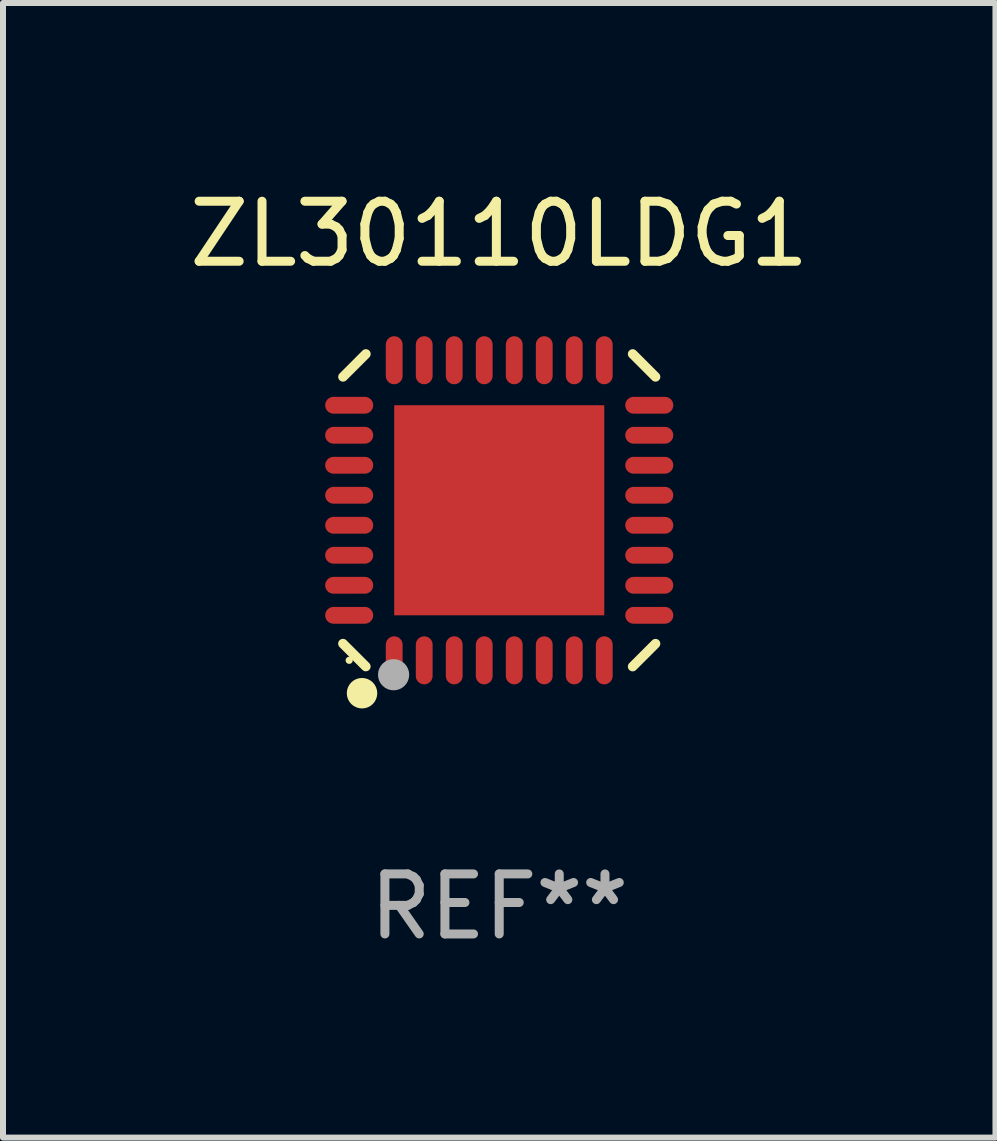
<source format=kicad_pcb>
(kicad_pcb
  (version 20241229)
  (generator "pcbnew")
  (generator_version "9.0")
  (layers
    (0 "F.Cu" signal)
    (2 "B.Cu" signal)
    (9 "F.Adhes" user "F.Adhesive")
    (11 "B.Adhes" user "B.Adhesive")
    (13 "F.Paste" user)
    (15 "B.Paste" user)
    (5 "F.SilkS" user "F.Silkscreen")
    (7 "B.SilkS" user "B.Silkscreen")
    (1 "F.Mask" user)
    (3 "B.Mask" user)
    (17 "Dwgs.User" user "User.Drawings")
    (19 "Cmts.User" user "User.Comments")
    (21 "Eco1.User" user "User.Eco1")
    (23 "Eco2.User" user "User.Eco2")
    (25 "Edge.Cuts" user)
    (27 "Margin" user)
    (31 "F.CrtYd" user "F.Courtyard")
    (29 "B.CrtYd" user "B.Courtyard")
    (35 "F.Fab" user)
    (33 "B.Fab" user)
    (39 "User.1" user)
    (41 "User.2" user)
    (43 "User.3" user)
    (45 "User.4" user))
  (footprint "ZL30110LDG1"
    (layer "F.Cu")
    (at 5.268 5.452)
    (property "Reference" "ZL30110LDG1" (at 0 -4.604 0) (layer "F.SilkS") (effects (font (size 1 1) (thickness 0.15))))
    (attr through_hole)
    (fp_line (start -2.223 2.603) (end -2.604 2.222) (stroke (width 0.16) (type solid)) (layer "F.SilkS"))
    (fp_line (start -2.222 -2.604) (end -2.603 -2.223) (stroke (width 0.16) (type solid)) (layer "F.SilkS"))
    (fp_line (start 2.223 -2.604) (end 2.604 -2.223) (stroke (width 0.16) (type solid)) (layer "F.SilkS"))
    (fp_line (start 2.604 2.223) (end 2.223 2.604) (stroke (width 0.16) (type solid)) (layer "F.SilkS"))
    (fp_circle (center -2.5 2.5) (end -2.47 2.5) (stroke (width 0.06) (type solid)) (fill no) (layer "F.SilkS"))
    (fp_circle (center -2.286 3.048) (end -2.159 3.048) (stroke (width 0.254) (type solid)) (fill no) (layer "F.SilkS"))
    (fp_circle (center -1.76 2.74) (end -1.63 2.74) (stroke (width 0.26) (type solid)) (fill no) (layer "F.Fab"))
    (fp_text user "REF**" (at 0 6.604 0) (layer "F.Fab") (effects (font (size 1 1) (thickness 0.15))))
    (pad "1" smd oval (at -1.75 2.5) (size 0.28 0.8) (layers "F.Cu" "F.Mask" "F.Paste"))
    (pad "2" smd oval (at -1.25 2.5) (size 0.28 0.8) (layers "F.Cu" "F.Mask" "F.Paste"))
    (pad "3" smd oval (at -0.75 2.5) (size 0.28 0.8) (layers "F.Cu" "F.Mask" "F.Paste"))
    (pad "4" smd oval (at -0.25 2.5) (size 0.28 0.8) (layers "F.Cu" "F.Mask" "F.Paste"))
    (pad "5" smd oval (at 0.25 2.5) (size 0.28 0.8) (layers "F.Cu" "F.Mask" "F.Paste"))
    (pad "6" smd oval (at 0.75 2.5) (size 0.28 0.8) (layers "F.Cu" "F.Mask" "F.Paste"))
    (pad "7" smd oval (at 1.25 2.5) (size 0.28 0.8) (layers "F.Cu" "F.Mask" "F.Paste"))
    (pad "8" smd oval (at 1.75 2.5) (size 0.28 0.8) (layers "F.Cu" "F.Mask" "F.Paste"))
    (pad "9" smd oval (at 2.5 1.75) (size 0.8 0.28) (layers "F.Cu" "F.Mask" "F.Paste"))
    (pad "10" smd oval (at 2.5 1.25) (size 0.8 0.28) (layers "F.Cu" "F.Mask" "F.Paste"))
    (pad "11" smd oval (at 2.5 0.75) (size 0.8 0.28) (layers "F.Cu" "F.Mask" "F.Paste"))
    (pad "12" smd oval (at 2.5 0.25) (size 0.8 0.28) (layers "F.Cu" "F.Mask" "F.Paste"))
    (pad "13" smd oval (at 2.5 -0.25) (size 0.8 0.28) (layers "F.Cu" "F.Mask" "F.Paste"))
    (pad "14" smd oval (at 2.5 -0.75) (size 0.8 0.28) (layers "F.Cu" "F.Mask" "F.Paste"))
    (pad "15" smd oval (at 2.5 -1.25) (size 0.8 0.28) (layers "F.Cu" "F.Mask" "F.Paste"))
    (pad "16" smd oval (at 2.5 -1.75) (size 0.8 0.28) (layers "F.Cu" "F.Mask" "F.Paste"))
    (pad "17" smd oval (at 1.75 -2.5) (size 0.28 0.8) (layers "F.Cu" "F.Mask" "F.Paste"))
    (pad "18" smd oval (at 1.25 -2.5) (size 0.28 0.8) (layers "F.Cu" "F.Mask" "F.Paste"))
    (pad "19" smd oval (at 0.75 -2.5) (size 0.28 0.8) (layers "F.Cu" "F.Mask" "F.Paste"))
    (pad "20" smd oval (at 0.25 -2.5) (size 0.28 0.8) (layers "F.Cu" "F.Mask" "F.Paste"))
    (pad "21" smd oval (at -0.25 -2.5) (size 0.28 0.8) (layers "F.Cu" "F.Mask" "F.Paste"))
    (pad "22" smd oval (at -0.75 -2.5) (size 0.28 0.8) (layers "F.Cu" "F.Mask" "F.Paste"))
    (pad "23" smd oval (at -1.25 -2.5) (size 0.28 0.8) (layers "F.Cu" "F.Mask" "F.Paste"))
    (pad "24" smd oval (at -1.75 -2.5) (size 0.28 0.8) (layers "F.Cu" "F.Mask" "F.Paste"))
    (pad "25" smd oval (at -2.5 -1.75) (size 0.8 0.28) (layers "F.Cu" "F.Mask" "F.Paste"))
    (pad "26" smd oval (at -2.5 -1.25) (size 0.8 0.28) (layers "F.Cu" "F.Mask" "F.Paste"))
    (pad "27" smd oval (at -2.5 -0.75) (size 0.8 0.28) (layers "F.Cu" "F.Mask" "F.Paste"))
    (pad "28" smd oval (at -2.5 -0.25) (size 0.8 0.28) (layers "F.Cu" "F.Mask" "F.Paste"))
    (pad "29" smd oval (at -2.5 0.25) (size 0.8 0.28) (layers "F.Cu" "F.Mask" "F.Paste"))
    (pad "30" smd oval (at -2.5 0.75) (size 0.8 0.28) (layers "F.Cu" "F.Mask" "F.Paste"))
    (pad "31" smd oval (at -2.5 1.25) (size 0.8 0.28) (layers "F.Cu" "F.Mask" "F.Paste"))
    (pad "32" smd oval (at -2.5 1.75) (size 0.8 0.28) (layers "F.Cu" "F.Mask" "F.Paste"))
    (pad "33" smd rect (at 0.000038 -0.000025) (size 3.5 3.5) (layers "F.Cu" "F.Mask" "F.Paste")))
  (gr_rect
    (start -3 -3)
    (end 13.536 15.904)
    (stroke (width 0.1) (type default))
    (fill no)
    (layer "Edge.Cuts")))
</source>
